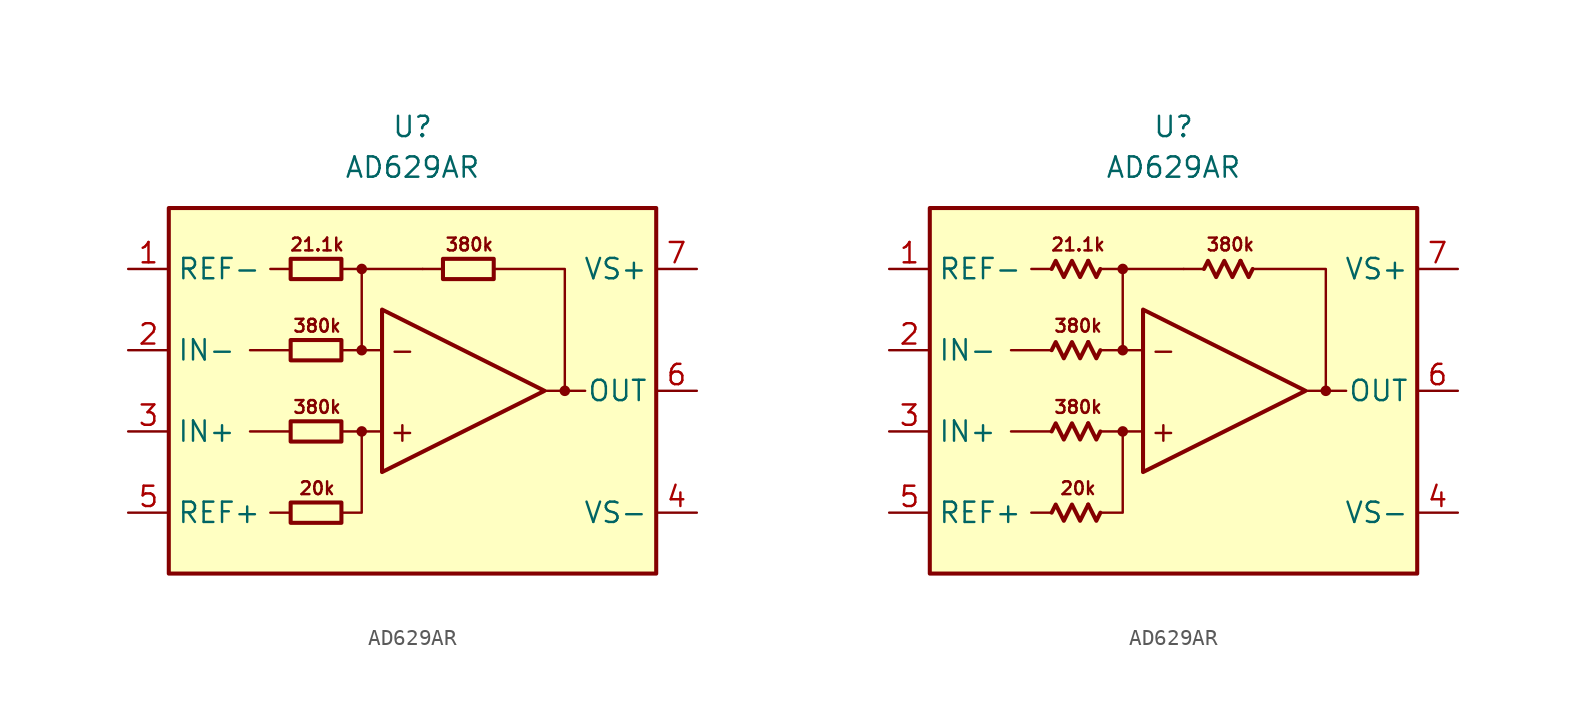
<source format=kicad_sym>
(kicad_symbol_lib
  (version 20231120)
  (generator "kicad_symbol_editor")
  (generator_version "8.0")
  (symbol "AD629AR"
    (property "Reference" "U"
      (at 0 16.51 0)
      (effects (font (size 1.27 1.27))))
    (property "Value" "AD629AR"
      (at 0 13.97 0)
      (effects (font (size 1.27 1.27))))
    (symbol "AD629AR_0_0"
      (rectangle (start -15.24 11.43) (end 15.24 -11.43) (stroke (width 0.254) (type default)) (fill (type background)))
      (circle (center -3.175 -2.54) (radius 0.254) (stroke (width 0.152) (type default)) (fill (type outline)))
      (circle (center -3.175 2.54) (radius 0.254) (stroke (width 0.152) (type default)) (fill (type outline)))
      (circle (center -3.175 7.62) (radius 0.254) (stroke (width 0.152) (type default)) (fill (type outline)))
      (polyline (pts (xy -7.62 -7.62) (xy -8.89 -7.62)) (stroke (width 0.152) (type default)) (fill (type none)))
      (polyline (pts (xy -7.62 -2.54) (xy -10.16 -2.54)) (stroke (width 0.152) (type default)) (fill (type none)))
      (polyline (pts (xy -7.62 2.54) (xy -10.16 2.54)) (stroke (width 0.152) (type default)) (fill (type none)))
      (polyline (pts (xy -7.62 7.62) (xy -8.89 7.62)) (stroke (width 0.152) (type default)) (fill (type none)))
      (polyline (pts (xy -4.445 7.62) (xy 0.635 7.62)) (stroke (width 0.152) (type default)) (fill (type none)))
      (polyline (pts (xy -3.175 2.54) (xy -3.175 7.62)) (stroke (width 0.152) (type default)) (fill (type none)))
      (polyline (pts (xy -1.905 -2.54) (xy -4.445 -2.54)) (stroke (width 0.152) (type default)) (fill (type none)))
      (polyline (pts (xy -1.905 2.54) (xy -4.445 2.54)) (stroke (width 0.152) (type default)) (fill (type none)))
      (polyline (pts (xy 1.905 7.62) (xy 0.635 7.62)) (stroke (width 0.152) (type default)) (fill (type none)))
      (polyline (pts (xy 9.525 0) (xy 10.795 0)) (stroke (width 0.152) (type default)) (fill (type none)))
      (polyline (pts (xy -4.445 -7.62) (xy -3.175 -7.62) (xy -3.175 -2.54)) (stroke (width 0.152) (type default)) (fill (type none)))
      (polyline (pts (xy -1.905 5.08) (xy -1.905 -5.08) (xy 8.255 0) (xy -1.905 5.08)) (stroke (width 0.254) (type default)) (fill (type none)))
      (polyline (pts (xy 5.08 7.62) (xy 9.525 7.62) (xy 9.525 0) (xy 8.255 0)) (stroke (width 0.152) (type default)) (fill (type none)))
      (circle (center 9.525 0) (radius 0.254) (stroke (width 0.152) (type default)) (fill (type outline)))
      (text "+" (at -0.635 -2.54 0) (effects (font (size 1.27 1.27))))
      (text "-" (at -0.635 2.54 0) (effects (font (size 1.27 1.27))))
      (text "20k" (at -5.969 -6.096 0) (effects (font (size 0.8 0.8))))
      (text "21.1k" (at -5.969 9.144 0) (effects (font (size 0.8 0.8))))
      (text "380k" (at -5.969 -1.016 0) (effects (font (size 0.8 0.8))))
      (text "380k" (at -5.969 4.064 0) (effects (font (size 0.8 0.8))))
      (text "380k" (at 3.556 9.144 0) (effects (font (size 0.8 0.8)))))
    (symbol "AD629AR_0_1"
      (rectangle (start -7.62 -6.985) (end -4.445 -8.255) (stroke (width 0.254) (type default)) (fill (type none)))
      (rectangle (start -7.62 -1.905) (end -4.445 -3.175) (stroke (width 0.254) (type default)) (fill (type none)))
      (rectangle (start -7.62 3.175) (end -4.445 1.905) (stroke (width 0.254) (type default)) (fill (type none)))
      (rectangle (start -7.62 8.255) (end -4.445 6.985) (stroke (width 0.254) (type default)) (fill (type none)))
      (rectangle (start 1.905 8.255) (end 5.08 6.985) (stroke (width 0.254) (type default)) (fill (type none))))
    (symbol "AD629AR_0_2"
      (polyline (pts (xy -5.334 -7.112) (xy -4.826 -8.128) (xy -4.572 -7.62)) (stroke (width 0.254) (type default)) (fill (type none)))
      (polyline (pts (xy -5.334 -2.032) (xy -4.826 -3.048) (xy -4.572 -2.54)) (stroke (width 0.254) (type default)) (fill (type none)))
      (polyline (pts (xy -5.334 3.048) (xy -4.826 2.032) (xy -4.572 2.54)) (stroke (width 0.254) (type default)) (fill (type none)))
      (polyline (pts (xy -5.334 8.128) (xy -4.826 7.112) (xy -4.572 7.62)) (stroke (width 0.254) (type default)) (fill (type none)))
      (polyline (pts (xy 4.191 8.128) (xy 4.699 7.112) (xy 4.953 7.62)) (stroke (width 0.254) (type default)) (fill (type none)))
      (polyline (pts (xy -7.62 -7.62) (xy -7.366 -7.112) (xy -6.858 -8.128) (xy -6.35 -7.112) (xy -5.842 -8.128) (xy -5.334 -7.112)) (stroke (width 0.254) (type default)) (fill (type none)))
      (polyline (pts (xy -7.62 -2.54) (xy -7.366 -2.032) (xy -6.858 -3.048) (xy -6.35 -2.032) (xy -5.842 -3.048) (xy -5.334 -2.032)) (stroke (width 0.254) (type default)) (fill (type none)))
      (polyline (pts (xy -7.62 2.54) (xy -7.366 3.048) (xy -6.858 2.032) (xy -6.35 3.048) (xy -5.842 2.032) (xy -5.334 3.048)) (stroke (width 0.254) (type default)) (fill (type none)))
      (polyline (pts (xy -7.62 7.62) (xy -7.366 8.128) (xy -6.858 7.112) (xy -6.35 8.128) (xy -5.842 7.112) (xy -5.334 8.128)) (stroke (width 0.254) (type default)) (fill (type none)))
      (polyline (pts (xy 1.905 7.62) (xy 2.159 8.128) (xy 2.667 7.112) (xy 3.175 8.128) (xy 3.683 7.112) (xy 4.191 8.128)) (stroke (width 0.254) (type default)) (fill (type none))))
    (symbol "AD629AR_1_1"
      (pin input line (at -17.78 7.62 0) (length 2.54) (name "REF-" (effects (font (size 1.27 1.27)))) (number "1" (effects (font (size 1.27 1.27)))))
      (pin input line (at -17.78 2.54 0) (length 2.54) (name "IN-" (effects (font (size 1.27 1.27)))) (number "2" (effects (font (size 1.27 1.27)))))
      (pin input line (at -17.78 -2.54 0) (length 2.54) (name "IN+" (effects (font (size 1.27 1.27)))) (number "3" (effects (font (size 1.27 1.27)))))
      (pin power_in line (at 17.78 -7.62 180) (length 2.54) (name "VS-" (effects (font (size 1.27 1.27)))) (number "4" (effects (font (size 1.27 1.27)))))
      (pin input line (at -17.78 -7.62 0) (length 2.54) (name "REF+" (effects (font (size 1.27 1.27)))) (number "5" (effects (font (size 1.27 1.27)))))
      (pin output line (at 17.78 0 180) (length 2.54) (name "OUT" (effects (font (size 1.27 1.27)))) (number "6" (effects (font (size 1.27 1.27)))))
      (pin power_in line (at 17.78 7.62 180) (length 2.54) (name "VS+" (effects (font (size 1.27 1.27)))) (number "7" (effects (font (size 1.27 1.27)))))
      (pin free line (at 6.35 -7.62 180) (length 2.54) hide (name "NC" (effects (font (size 1.27 1.27)))) (number "8" (effects (font (size 1.27 1.27))))))
    (symbol "AD629AR_1_2"
      (pin input line (at -17.78 7.62 0) (length 2.54) (name "REF-" (effects (font (size 1.27 1.27)))) (number "1" (effects (font (size 1.27 1.27)))))
      (pin input line (at -17.78 2.54 0) (length 2.54) (name "IN-" (effects (font (size 1.27 1.27)))) (number "2" (effects (font (size 1.27 1.27)))))
      (pin input line (at -17.78 -2.54 0) (length 2.54) (name "IN+" (effects (font (size 1.27 1.27)))) (number "3" (effects (font (size 1.27 1.27)))))
      (pin power_in line (at 17.78 -7.62 180) (length 2.54) (name "VS-" (effects (font (size 1.27 1.27)))) (number "4" (effects (font (size 1.27 1.27)))))
      (pin input line (at -17.78 -7.62 0) (length 2.54) (name "REF+" (effects (font (size 1.27 1.27)))) (number "5" (effects (font (size 1.27 1.27)))))
      (pin output line (at 17.78 0 180) (length 2.54) (name "OUT" (effects (font (size 1.27 1.27)))) (number "6" (effects (font (size 1.27 1.27)))))
      (pin power_in line (at 17.78 7.62 180) (length 2.54) (name "VS+" (effects (font (size 1.27 1.27)))) (number "7" (effects (font (size 1.27 1.27)))))
      (pin free line (at 6.35 -7.62 180) (length 2.54) hide (name "NC" (effects (font (size 1.27 1.27)))) (number "8" (effects (font (size 1.27 1.27))))))))
</source>
